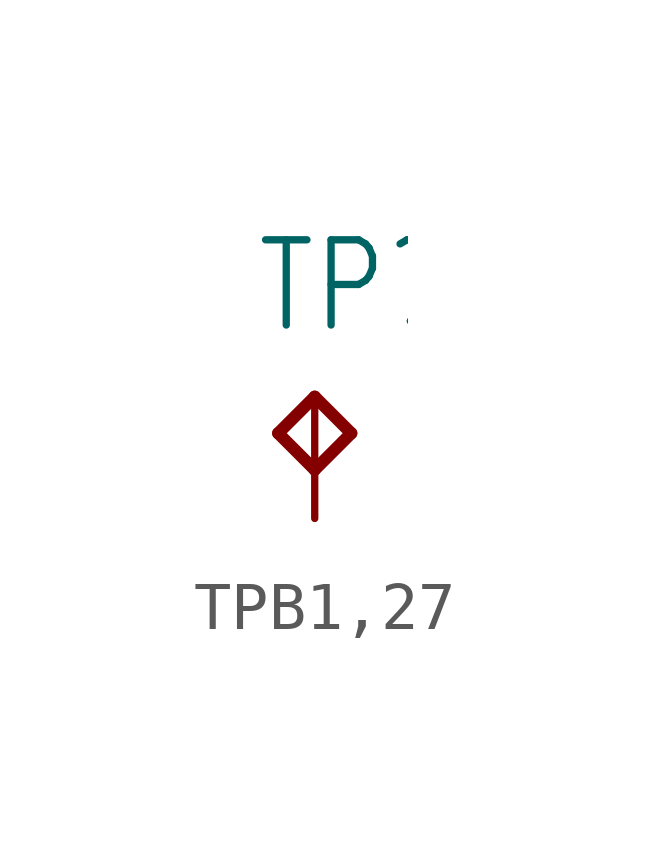
<source format=kicad_sym>
(kicad_symbol_lib
  (version 20241209)
  (generator "kicad_symbol_editor")
  (generator_version "9.0")
  (symbol "TPB1,27"
    (property "Reference" "TP"
      (at -1.27 1.27 0)
      (effects (font (size 1.778 1.511)) (justify left bottom)))
    (property "ki_locked" ""
      (at 0 0 0)
      (effects (font (size 1.27 1.27))))
    (symbol "TPB1,27_1_0"
      (polyline (pts (xy -0.762 -0.762) (xy 0 0)) (stroke (width 0.254) (type solid)) (fill (type none)))
      (polyline (pts (xy 0 0) (xy 0.762 -0.762)) (stroke (width 0.254) (type solid)) (fill (type none)))
      (polyline (pts (xy 0 -1.524) (xy -0.762 -0.762)) (stroke (width 0.254) (type solid)) (fill (type none)))
      (polyline (pts (xy 0.762 -0.762) (xy 0 -1.524)) (stroke (width 0.254) (type solid)) (fill (type none)))
      (pin input line (at 0 -2.54 90) (length 2.54) (name "TP" (effects (font (size 0 0)))) (number "TP" (effects (font (size 0 0))))))))
</source>
